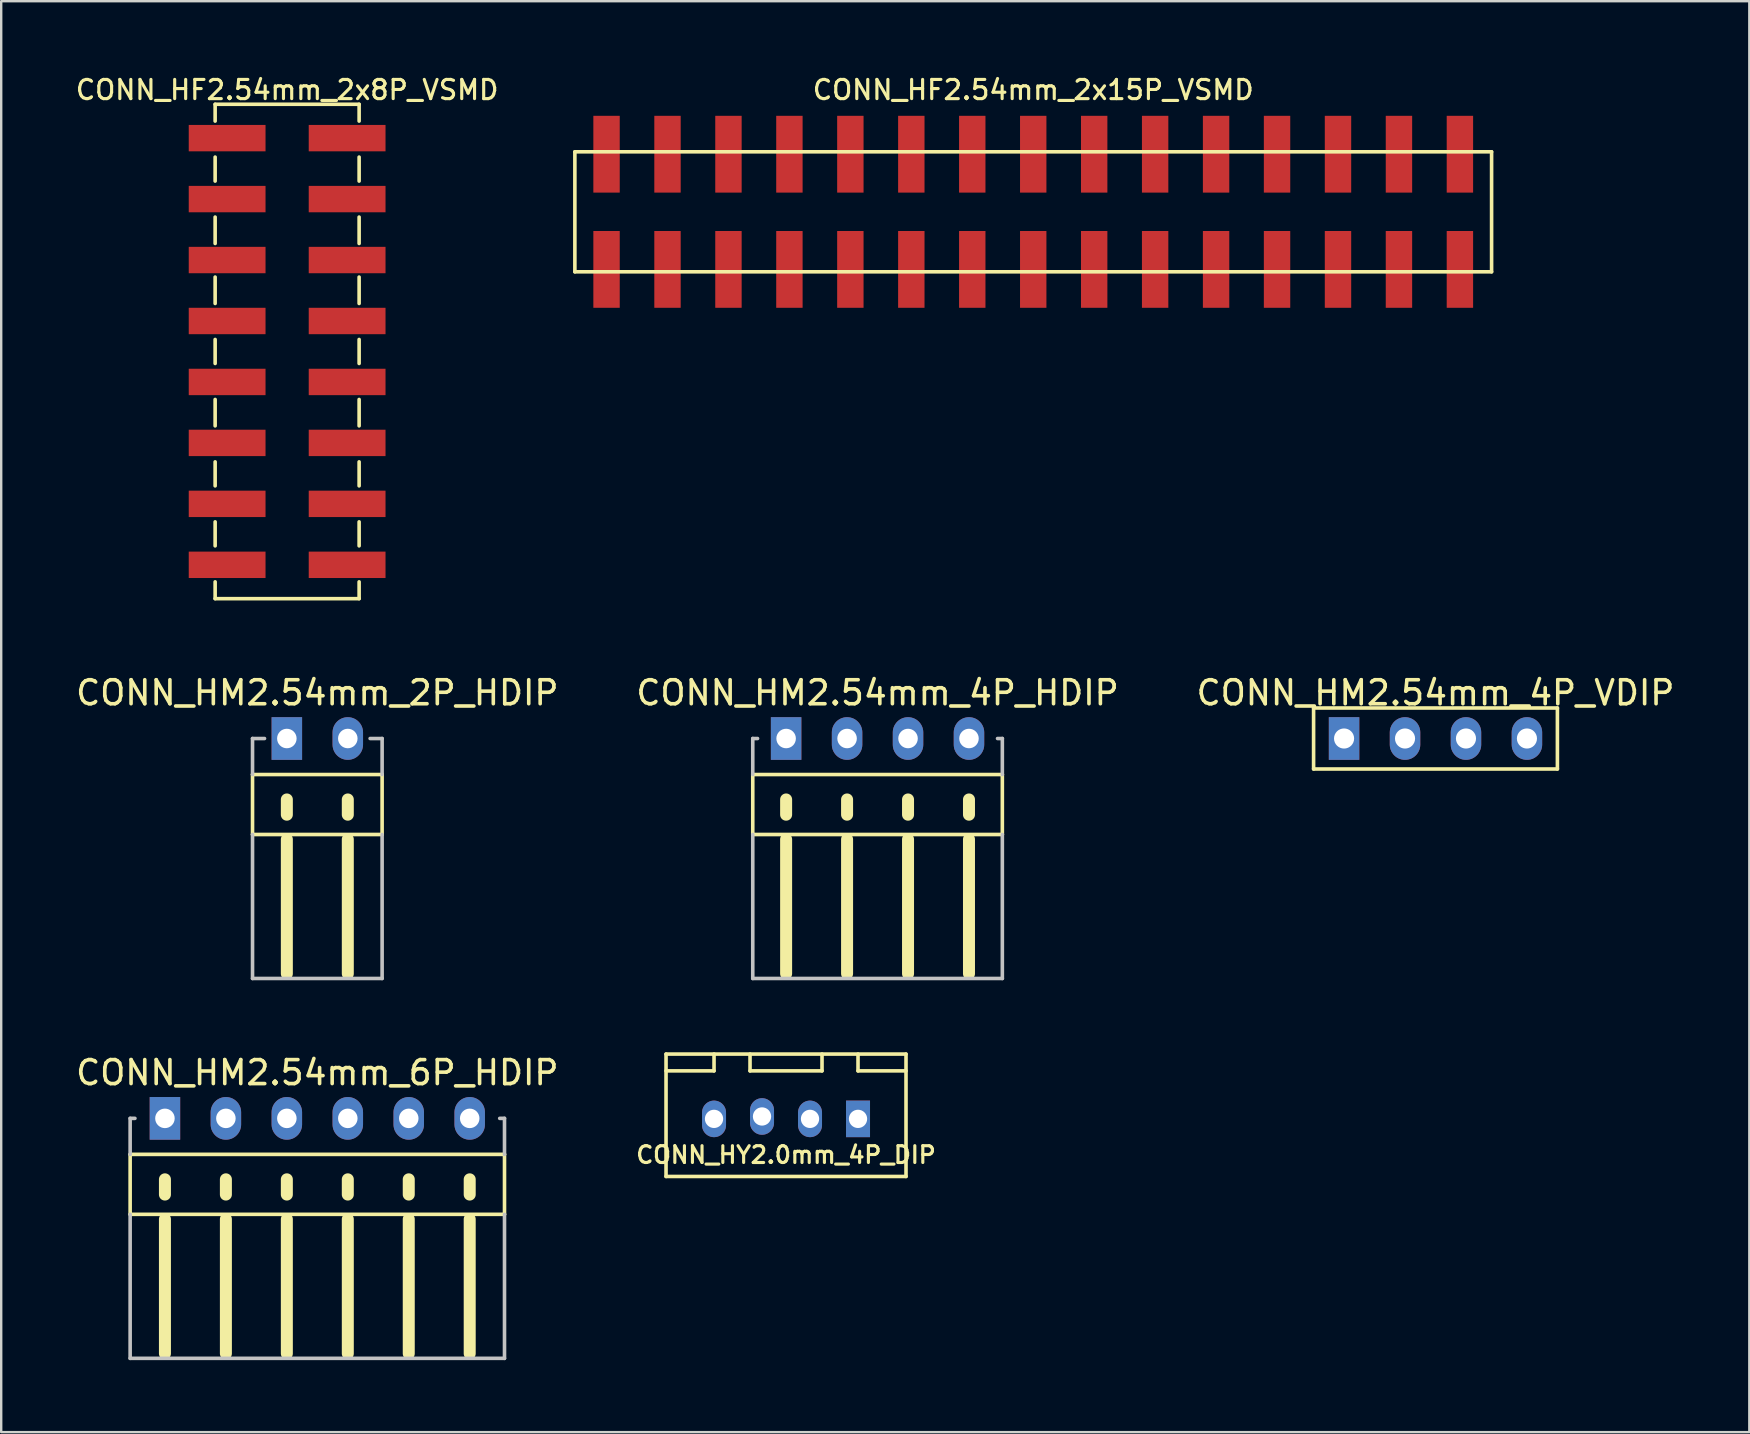
<source format=kicad_pcb>
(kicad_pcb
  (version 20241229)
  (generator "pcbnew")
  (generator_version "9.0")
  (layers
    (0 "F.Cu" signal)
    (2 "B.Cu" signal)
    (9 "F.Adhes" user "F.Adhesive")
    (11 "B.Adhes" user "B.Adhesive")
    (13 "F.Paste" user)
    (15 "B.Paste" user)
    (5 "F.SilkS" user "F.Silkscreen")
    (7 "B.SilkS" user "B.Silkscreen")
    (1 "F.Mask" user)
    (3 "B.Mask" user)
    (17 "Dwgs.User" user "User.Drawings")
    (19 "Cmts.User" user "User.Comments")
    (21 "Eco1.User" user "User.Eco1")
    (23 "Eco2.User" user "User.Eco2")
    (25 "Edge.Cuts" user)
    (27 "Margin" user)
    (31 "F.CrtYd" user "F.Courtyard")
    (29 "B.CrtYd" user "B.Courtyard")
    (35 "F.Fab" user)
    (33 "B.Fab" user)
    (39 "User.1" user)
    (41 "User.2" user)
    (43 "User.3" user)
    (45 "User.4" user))
  (footprint "CONN_HM2.54mm_6P_HDIP"
    (layer "F.Cu")
    (at 10.173 43.553)
    (property "Reference" "CONN_HM2.54mm_6P_HDIP" (at 0 -1.905 0) (layer "F.SilkS") (effects (font (size 1 1) (thickness 0.15))))
    (attr through_hole)
    (fp_line (start -7.8 1.5) (end -7.8 4) (stroke (width 0.15) (type solid)) (layer "F.SilkS"))
    (fp_line (start -7.8 1.5) (end 7.8 1.5) (stroke (width 0.15) (type solid)) (layer "F.SilkS"))
    (fp_line (start -6.35 3.175) (end -6.35 2.54) (stroke (width 0.5) (type solid)) (layer "F.SilkS"))
    (fp_line (start -6.35 4.2) (end -6.35 9.8) (stroke (width 0.5) (type solid)) (layer "F.SilkS"))
    (fp_line (start -3.81 3.175) (end -3.81 2.54) (stroke (width 0.5) (type solid)) (layer "F.SilkS"))
    (fp_line (start -3.81 4.2) (end -3.81 9.8) (stroke (width 0.5) (type solid)) (layer "F.SilkS"))
    (fp_line (start -1.27 2.54) (end -1.27 3.175) (stroke (width 0.5) (type solid)) (layer "F.SilkS"))
    (fp_line (start -1.27 4.2) (end -1.27 9.8) (stroke (width 0.5) (type solid)) (layer "F.SilkS"))
    (fp_line (start 1.27 2.54) (end 1.27 3.175) (stroke (width 0.5) (type solid)) (layer "F.SilkS"))
    (fp_line (start 1.27 4.2) (end 1.27 9.8) (stroke (width 0.5) (type solid)) (layer "F.SilkS"))
    (fp_line (start 3.81 2.54) (end 3.81 3.175) (stroke (width 0.5) (type solid)) (layer "F.SilkS"))
    (fp_line (start 3.81 4.2) (end 3.81 9.8) (stroke (width 0.5) (type solid)) (layer "F.SilkS"))
    (fp_line (start 6.35 2.54) (end 6.35 3.175) (stroke (width 0.5) (type solid)) (layer "F.SilkS"))
    (fp_line (start 6.35 4.2) (end 6.35 9.8) (stroke (width 0.5) (type solid)) (layer "F.SilkS"))
    (fp_line (start 7.8 4) (end -7.8 4) (stroke (width 0.15) (type solid)) (layer "F.SilkS"))
    (fp_line (start 7.8 4) (end 7.8 1.5) (stroke (width 0.15) (type solid)) (layer "F.SilkS"))
    (fp_line (start -7.8 0) (end -7.8 1.5) (stroke (width 0.15) (type solid)) (layer "Dwgs.User"))
    (fp_line (start -7.8 0) (end -7.6 0) (stroke (width 0.15) (type solid)) (layer "Dwgs.User"))
    (fp_line (start -7.8 4) (end -7.8 10) (stroke (width 0.15) (type solid)) (layer "Dwgs.User"))
    (fp_line (start -7.8 10) (end 7.8 10) (stroke (width 0.15) (type solid)) (layer "Dwgs.User"))
    (fp_line (start 7.8 0) (end 7.6 0) (stroke (width 0.15) (type solid)) (layer "Dwgs.User"))
    (fp_line (start 7.8 0) (end 7.8 1.5) (stroke (width 0.15) (type solid)) (layer "Dwgs.User"))
    (fp_line (start 7.8 4) (end 7.8 10) (stroke (width 0.15) (type solid)) (layer "Dwgs.User"))
    (pad "1" thru_hole rect (at -6.35 0) (size 1.27 1.778) (drill 0.813) (layers "*.Cu" "*.Mask"))
    (pad "2" thru_hole oval (at -3.81 0) (size 1.27 1.778) (drill 0.813) (layers "*.Cu" "*.Mask"))
    (pad "3" thru_hole oval (at -1.27 0) (size 1.27 1.778) (drill 0.813) (layers "*.Cu" "*.Mask"))
    (pad "4" thru_hole oval (at 1.27 0) (size 1.27 1.778) (drill 0.813) (layers "*.Cu" "*.Mask"))
    (pad "5" thru_hole oval (at 3.81 0) (size 1.27 1.778) (drill 0.813) (layers "*.Cu" "*.Mask"))
    (pad "6" thru_hole oval (at 6.35 0) (size 1.27 1.778) (drill 0.813) (layers "*.Cu" "*.Mask")))
  (footprint "CONN_HM2.54mm_4P_VDIP"
    (layer "F.Cu")
    (at 56.768 27.724)
    (property "Reference" "CONN_HM2.54mm_4P_VDIP" (at 0 -1.905 0) (layer "F.SilkS") (effects (font (size 1 1) (thickness 0.15))))
    (attr through_hole)
    (fp_line (start -5.08 -1.27) (end 5.08 -1.27) (stroke (width 0.15) (type solid)) (layer "F.SilkS"))
    (fp_line (start -5.08 1.27) (end -5.08 -1.27) (stroke (width 0.15) (type solid)) (layer "F.SilkS"))
    (fp_line (start 5.08 -1.27) (end 5.08 1.27) (stroke (width 0.15) (type solid)) (layer "F.SilkS"))
    (fp_line (start 5.08 1.27) (end -5.08 1.27) (stroke (width 0.15) (type solid)) (layer "F.SilkS"))
    (pad "1" thru_hole rect (at -3.81 0) (size 1.27 1.778) (drill 0.838) (layers "*.Cu" "*.Mask"))
    (pad "2" thru_hole oval (at -1.27 0) (size 1.27 1.778) (drill 0.838) (layers "*.Cu" "*.Mask"))
    (pad "3" thru_hole oval (at 1.27 0) (size 1.27 1.778) (drill 0.838) (layers "*.Cu" "*.Mask"))
    (pad "4" thru_hole oval (at 3.81 0) (size 1.27 1.778) (drill 0.838) (layers "*.Cu" "*.Mask")))
  (footprint "CONN_HY2.0mm_4P_DIP"
    (layer "F.Cu")
    (at 29.704 43.574)
    (property "Reference" "CONN_HY2.0mm_4P_DIP" (at 0 1.5 0) (layer "F.SilkS") (effects (font (size 0.7 0.7) (thickness 0.13))))
    (attr through_hole)
    (fp_line (start -5 -2.7) (end 5 -2.7) (stroke (width 0.15) (type solid)) (layer "F.SilkS"))
    (fp_line (start -5 -2) (end -3 -2) (stroke (width 0.15) (type solid)) (layer "F.SilkS"))
    (fp_line (start -5 2.4) (end -5 -2.7) (stroke (width 0.15) (type solid)) (layer "F.SilkS"))
    (fp_line (start -3 -2) (end -3 -2.7) (stroke (width 0.15) (type solid)) (layer "F.SilkS"))
    (fp_line (start -1.5 -2.7) (end -1.5 -2) (stroke (width 0.15) (type solid)) (layer "F.SilkS"))
    (fp_line (start -1.5 -2) (end 1.5 -2) (stroke (width 0.15) (type solid)) (layer "F.SilkS"))
    (fp_line (start 1.5 -2) (end 1.5 -2.7) (stroke (width 0.15) (type solid)) (layer "F.SilkS"))
    (fp_line (start 3 -2.7) (end 3 -2) (stroke (width 0.15) (type solid)) (layer "F.SilkS"))
    (fp_line (start 3 -2) (end 5 -2) (stroke (width 0.15) (type solid)) (layer "F.SilkS"))
    (fp_line (start 5 -2.7) (end 5 2.4) (stroke (width 0.15) (type solid)) (layer "F.SilkS"))
    (fp_line (start 5 2.4) (end -5 2.4) (stroke (width 0.15) (type solid)) (layer "F.SilkS"))
    (pad "1" thru_hole rect (at 3 0) (size 1 1.524) (drill 0.762) (layers "*.Cu" "*.Mask"))
    (pad "2" thru_hole oval (at 1 0) (size 1 1.524) (drill 0.762) (layers "*.Cu" "*.Mask"))
    (pad "3" thru_hole oval (at -1 -0.1) (size 1 1.524) (drill 0.762) (layers "*.Cu" "*.Mask"))
    (pad "4" thru_hole oval (at -3 0) (size 1 1.524) (drill 0.762) (layers "*.Cu" "*.Mask")))
  (footprint "CONN_HM2.54mm_4P_HDIP"
    (layer "F.Cu")
    (at 33.518 27.724)
    (property "Reference" "CONN_HM2.54mm_4P_HDIP" (at 0 -1.905 0) (layer "F.SilkS") (effects (font (size 1 1) (thickness 0.15))))
    (attr through_hole)
    (fp_line (start -5.2 1.5) (end -5.2 4) (stroke (width 0.15) (type solid)) (layer "F.SilkS"))
    (fp_line (start -5.2 1.5) (end 5.2 1.5) (stroke (width 0.15) (type solid)) (layer "F.SilkS"))
    (fp_line (start -3.81 3.175) (end -3.81 2.54) (stroke (width 0.5) (type solid)) (layer "F.SilkS"))
    (fp_line (start -3.81 4.2) (end -3.81 9.8) (stroke (width 0.5) (type solid)) (layer "F.SilkS"))
    (fp_line (start -1.27 2.54) (end -1.27 3.175) (stroke (width 0.5) (type solid)) (layer "F.SilkS"))
    (fp_line (start -1.27 4.2) (end -1.27 9.8) (stroke (width 0.5) (type solid)) (layer "F.SilkS"))
    (fp_line (start 1.27 2.54) (end 1.27 3.175) (stroke (width 0.5) (type solid)) (layer "F.SilkS"))
    (fp_line (start 1.27 4.2) (end 1.27 9.8) (stroke (width 0.5) (type solid)) (layer "F.SilkS"))
    (fp_line (start 3.81 2.54) (end 3.81 3.175) (stroke (width 0.5) (type solid)) (layer "F.SilkS"))
    (fp_line (start 3.81 4.2) (end 3.81 9.8) (stroke (width 0.5) (type solid)) (layer "F.SilkS"))
    (fp_line (start 5.2 4) (end -5.2 4) (stroke (width 0.15) (type solid)) (layer "F.SilkS"))
    (fp_line (start 5.2 4) (end 5.2 1.5) (stroke (width 0.15) (type solid)) (layer "F.SilkS"))
    (fp_line (start -5.2 0) (end -5.2 1.5) (stroke (width 0.15) (type solid)) (layer "Dwgs.User"))
    (fp_line (start -5.2 0) (end -5 0) (stroke (width 0.15) (type solid)) (layer "Dwgs.User"))
    (fp_line (start -5.2 4) (end -5.2 10) (stroke (width 0.15) (type solid)) (layer "Dwgs.User"))
    (fp_line (start -5.2 10) (end 5.2 10) (stroke (width 0.15) (type solid)) (layer "Dwgs.User"))
    (fp_line (start 5.2 0) (end 5 0) (stroke (width 0.15) (type solid)) (layer "Dwgs.User"))
    (fp_line (start 5.2 0) (end 5.2 1.5) (stroke (width 0.15) (type solid)) (layer "Dwgs.User"))
    (fp_line (start 5.2 4) (end 5.2 10) (stroke (width 0.15) (type solid)) (layer "Dwgs.User"))
    (pad "1" thru_hole rect (at -3.81 0) (size 1.27 1.778) (drill 0.813) (layers "*.Cu" "*.Mask"))
    (pad "2" thru_hole oval (at -1.27 0) (size 1.27 1.778) (drill 0.813) (layers "*.Cu" "*.Mask"))
    (pad "3" thru_hole oval (at 1.27 0) (size 1.27 1.778) (drill 0.813) (layers "*.Cu" "*.Mask"))
    (pad "4" thru_hole oval (at 3.81 0) (size 1.27 1.778) (drill 0.813) (layers "*.Cu" "*.Mask")))
  (footprint "CONN_HM2.54mm_2P_HDIP"
    (layer "F.Cu")
    (at 10.173 27.724)
    (property "Reference" "CONN_HM2.54mm_2P_HDIP" (at 0 -1.905 0) (layer "F.SilkS") (effects (font (size 1 1) (thickness 0.15))))
    (attr through_hole)
    (fp_line (start -2.7 1.5) (end -2.7 4) (stroke (width 0.15) (type solid)) (layer "F.SilkS"))
    (fp_line (start -2.7 1.5) (end 2.7 1.5) (stroke (width 0.15) (type solid)) (layer "F.SilkS"))
    (fp_line (start -1.27 2.54) (end -1.27 3.175) (stroke (width 0.5) (type solid)) (layer "F.SilkS"))
    (fp_line (start -1.27 4.2) (end -1.27 9.8) (stroke (width 0.5) (type solid)) (layer "F.SilkS"))
    (fp_line (start 1.27 2.54) (end 1.27 3.175) (stroke (width 0.5) (type solid)) (layer "F.SilkS"))
    (fp_line (start 1.27 4.2) (end 1.27 9.8) (stroke (width 0.5) (type solid)) (layer "F.SilkS"))
    (fp_line (start 2.7 4) (end -2.7 4) (stroke (width 0.15) (type solid)) (layer "F.SilkS"))
    (fp_line (start 2.7 4) (end 2.7 1.5) (stroke (width 0.15) (type solid)) (layer "F.SilkS"))
    (fp_line (start -2.7 0) (end -2.7 1.5) (stroke (width 0.15) (type solid)) (layer "Dwgs.User"))
    (fp_line (start -2.7 0) (end -2.2 0) (stroke (width 0.15) (type solid)) (layer "Dwgs.User"))
    (fp_line (start -2.7 4) (end -2.7 10) (stroke (width 0.15) (type solid)) (layer "Dwgs.User"))
    (fp_line (start -2.7 10) (end 2.7 10) (stroke (width 0.15) (type solid)) (layer "Dwgs.User"))
    (fp_line (start 2.7 0) (end 2.2 0) (stroke (width 0.15) (type solid)) (layer "Dwgs.User"))
    (fp_line (start 2.7 0) (end 2.7 1.5) (stroke (width 0.15) (type solid)) (layer "Dwgs.User"))
    (fp_line (start 2.7 4) (end 2.7 10) (stroke (width 0.15) (type solid)) (layer "Dwgs.User"))
    (pad "1" thru_hole rect (at -1.27 0) (size 1.27 1.778) (drill 0.813) (layers "*.Cu" "*.Mask"))
    (pad "2" thru_hole oval (at 1.27 0) (size 1.27 1.778) (drill 0.813) (layers "*.Cu" "*.Mask")))
  (footprint "CONN_HF2.54mm_2x15P_VSMD"
    (layer "F.Cu")
    (at 40.005 5.776)
    (property "Reference" "CONN_HF2.54mm_2x15P_VSMD" (at 0 -5.08 0) (layer "F.SilkS") (effects (font (size 0.8 0.8) (thickness 0.13))))
    (attr through_hole)
    (fp_line (start -19.1 -2.5) (end -19.1 2.5) (stroke (width 0.15) (type solid)) (layer "F.SilkS"))
    (fp_line (start -19.1 2.5) (end 19.1 2.5) (stroke (width 0.15) (type solid)) (layer "F.SilkS"))
    (fp_line (start 19.1 -2.5) (end -19.1 -2.5) (stroke (width 0.15) (type solid)) (layer "F.SilkS"))
    (fp_line (start 19.1 2.5) (end 19.1 -2.5) (stroke (width 0.15) (type solid)) (layer "F.SilkS"))
    (pad "1" smd rect (at -17.78 2.4) (size 1.1 3.2) (layers "F.Cu" "F.Mask" "F.Paste"))
    (pad "2" smd rect (at -17.78 -2.4) (size 1.1 3.2) (layers "F.Cu" "F.Mask" "F.Paste"))
    (pad "3" smd rect (at -15.24 2.4) (size 1.1 3.2) (layers "F.Cu" "F.Mask" "F.Paste"))
    (pad "4" smd rect (at -15.24 -2.4) (size 1.1 3.2) (layers "F.Cu" "F.Mask" "F.Paste"))
    (pad "5" smd rect (at -12.7 2.4) (size 1.1 3.2) (layers "F.Cu" "F.Mask" "F.Paste"))
    (pad "6" smd rect (at -12.7 -2.4) (size 1.1 3.2) (layers "F.Cu" "F.Mask" "F.Paste"))
    (pad "7" smd rect (at -10.16 2.4) (size 1.1 3.2) (layers "F.Cu" "F.Mask" "F.Paste"))
    (pad "8" smd rect (at -10.16 -2.4) (size 1.1 3.2) (layers "F.Cu" "F.Mask" "F.Paste"))
    (pad "9" smd rect (at -7.62 2.4) (size 1.1 3.2) (layers "F.Cu" "F.Mask" "F.Paste"))
    (pad "10" smd rect (at -7.62 -2.4) (size 1.1 3.2) (layers "F.Cu" "F.Mask" "F.Paste"))
    (pad "11" smd rect (at -5.08 2.4) (size 1.1 3.2) (layers "F.Cu" "F.Mask" "F.Paste"))
    (pad "12" smd rect (at -5.08 -2.4) (size 1.1 3.2) (layers "F.Cu" "F.Mask" "F.Paste"))
    (pad "13" smd rect (at -2.54 2.4) (size 1.1 3.2) (layers "F.Cu" "F.Mask" "F.Paste"))
    (pad "14" smd rect (at -2.54 -2.4) (size 1.1 3.2) (layers "F.Cu" "F.Mask" "F.Paste"))
    (pad "15" smd rect (at 0 2.4) (size 1.1 3.2) (layers "F.Cu" "F.Mask" "F.Paste"))
    (pad "16" smd rect (at 0 -2.4) (size 1.1 3.2) (layers "F.Cu" "F.Mask" "F.Paste"))
    (pad "17" smd rect (at 2.54 2.4) (size 1.1 3.2) (layers "F.Cu" "F.Mask" "F.Paste"))
    (pad "18" smd rect (at 2.54 -2.4) (size 1.1 3.2) (layers "F.Cu" "F.Mask" "F.Paste"))
    (pad "19" smd rect (at 5.08 2.4) (size 1.1 3.2) (layers "F.Cu" "F.Mask" "F.Paste"))
    (pad "20" smd rect (at 5.08 -2.4) (size 1.1 3.2) (layers "F.Cu" "F.Mask" "F.Paste"))
    (pad "21" smd rect (at 7.62 2.4) (size 1.1 3.2) (layers "F.Cu" "F.Mask" "F.Paste"))
    (pad "22" smd rect (at 7.62 -2.4) (size 1.1 3.2) (layers "F.Cu" "F.Mask" "F.Paste"))
    (pad "23" smd rect (at 10.16 2.4) (size 1.1 3.2) (layers "F.Cu" "F.Mask" "F.Paste"))
    (pad "24" smd rect (at 10.16 -2.4) (size 1.1 3.2) (layers "F.Cu" "F.Mask" "F.Paste"))
    (pad "25" smd rect (at 12.7 2.4) (size 1.1 3.2) (layers "F.Cu" "F.Mask" "F.Paste"))
    (pad "26" smd rect (at 12.7 -2.4) (size 1.1 3.2) (layers "F.Cu" "F.Mask" "F.Paste"))
    (pad "27" smd rect (at 15.24 2.4) (size 1.1 3.2) (layers "F.Cu" "F.Mask" "F.Paste"))
    (pad "28" smd rect (at 15.24 -2.4) (size 1.1 3.2) (layers "F.Cu" "F.Mask" "F.Paste"))
    (pad "29" smd rect (at 17.78 2.4) (size 1.1 3.2) (layers "F.Cu" "F.Mask" "F.Paste"))
    (pad "30" smd rect (at 17.78 -2.4) (size 1.1 3.2) (layers "F.Cu" "F.Mask" "F.Paste")))
  (footprint "CONN_HF2.54mm_2x8P_VSMD"
    (layer "F.Cu")
    (at 8.915 11.596)
    (property "Reference" "CONN_HF2.54mm_2x8P_VSMD" (at 0 -10.9 0) (layer "F.SilkS") (effects (font (size 0.8 0.8) (thickness 0.13))))
    (attr through_hole)
    (fp_line (start -3 -10.3) (end 3 -10.3) (stroke (width 0.15) (type solid)) (layer "F.SilkS"))
    (fp_line (start -3 -9.6) (end -3 -10.3) (stroke (width 0.15) (type solid)) (layer "F.SilkS"))
    (fp_line (start -3 -7.1) (end -3 -8.1) (stroke (width 0.15) (type solid)) (layer "F.SilkS"))
    (fp_line (start -3 -4.5) (end -3 -5.6) (stroke (width 0.15) (type solid)) (layer "F.SilkS"))
    (fp_line (start -3 -2) (end -3 -3.1) (stroke (width 0.15) (type solid)) (layer "F.SilkS"))
    (fp_line (start -3 0.5) (end -3 -0.5) (stroke (width 0.15) (type solid)) (layer "F.SilkS"))
    (fp_line (start -3 3.1) (end -3 2) (stroke (width 0.15) (type solid)) (layer "F.SilkS"))
    (fp_line (start -3 5.6) (end -3 4.6) (stroke (width 0.15) (type solid)) (layer "F.SilkS"))
    (fp_line (start -3 8.1) (end -3 7.1) (stroke (width 0.15) (type solid)) (layer "F.SilkS"))
    (fp_line (start -3 9.6) (end -3 10.3) (stroke (width 0.15) (type solid)) (layer "F.SilkS"))
    (fp_line (start -3 10.3) (end 3 10.3) (stroke (width 0.15) (type solid)) (layer "F.SilkS"))
    (fp_line (start 3 -10.3) (end 3 -9.6) (stroke (width 0.15) (type solid)) (layer "F.SilkS"))
    (fp_line (start 3 -7.1) (end 3 -8.1) (stroke (width 0.15) (type solid)) (layer "F.SilkS"))
    (fp_line (start 3 -4.5) (end 3 -5.6) (stroke (width 0.15) (type solid)) (layer "F.SilkS"))
    (fp_line (start 3 -2) (end 3 -3.1) (stroke (width 0.15) (type solid)) (layer "F.SilkS"))
    (fp_line (start 3 0.5) (end 3 -0.5) (stroke (width 0.15) (type solid)) (layer "F.SilkS"))
    (fp_line (start 3 3.1) (end 3 2) (stroke (width 0.15) (type solid)) (layer "F.SilkS"))
    (fp_line (start 3 5.6) (end 3 4.6) (stroke (width 0.15) (type solid)) (layer "F.SilkS"))
    (fp_line (start 3 8.1) (end 3 7.1) (stroke (width 0.15) (type solid)) (layer "F.SilkS"))
    (fp_line (start 3 10.3) (end 3 9.6) (stroke (width 0.15) (type solid)) (layer "F.SilkS"))
    (pad "1" smd rect (at -2.5 -8.89 270) (size 1.1 3.2) (layers "F.Cu" "F.Mask" "F.Paste"))
    (pad "2" smd rect (at 2.5 -8.89 270) (size 1.1 3.2) (layers "F.Cu" "F.Mask" "F.Paste"))
    (pad "3" smd rect (at -2.5 -6.35 270) (size 1.1 3.2) (layers "F.Cu" "F.Mask" "F.Paste"))
    (pad "4" smd rect (at 2.5 -6.35 270) (size 1.1 3.2) (layers "F.Cu" "F.Mask" "F.Paste"))
    (pad "5" smd rect (at -2.5 -3.81 270) (size 1.1 3.2) (layers "F.Cu" "F.Mask" "F.Paste"))
    (pad "6" smd rect (at 2.5 -3.81 270) (size 1.1 3.2) (layers "F.Cu" "F.Mask" "F.Paste"))
    (pad "7" smd rect (at -2.5 -1.27 270) (size 1.1 3.2) (layers "F.Cu" "F.Mask" "F.Paste"))
    (pad "8" smd rect (at 2.5 -1.27 270) (size 1.1 3.2) (layers "F.Cu" "F.Mask" "F.Paste"))
    (pad "9" smd rect (at -2.5 1.27 270) (size 1.1 3.2) (layers "F.Cu" "F.Mask" "F.Paste"))
    (pad "10" smd rect (at 2.5 1.27 270) (size 1.1 3.2) (layers "F.Cu" "F.Mask" "F.Paste"))
    (pad "11" smd rect (at -2.5 3.81 270) (size 1.1 3.2) (layers "F.Cu" "F.Mask" "F.Paste"))
    (pad "12" smd rect (at 2.5 3.81 270) (size 1.1 3.2) (layers "F.Cu" "F.Mask" "F.Paste"))
    (pad "13" smd rect (at -2.5 6.35 270) (size 1.1 3.2) (layers "F.Cu" "F.Mask" "F.Paste"))
    (pad "14" smd rect (at 2.5 6.35 270) (size 1.1 3.2) (layers "F.Cu" "F.Mask" "F.Paste"))
    (pad "15" smd rect (at -2.5 8.89 270) (size 1.1 3.2) (layers "F.Cu" "F.Mask" "F.Paste"))
    (pad "16" smd rect (at 2.5 8.89 270) (size 1.1 3.2) (layers "F.Cu" "F.Mask" "F.Paste")))
  (gr_rect
    (start -3 -3)
    (end 69.845 56.628)
    (stroke (width 0.1) (type default))
    (fill no)
    (layer "Edge.Cuts")))
</source>
